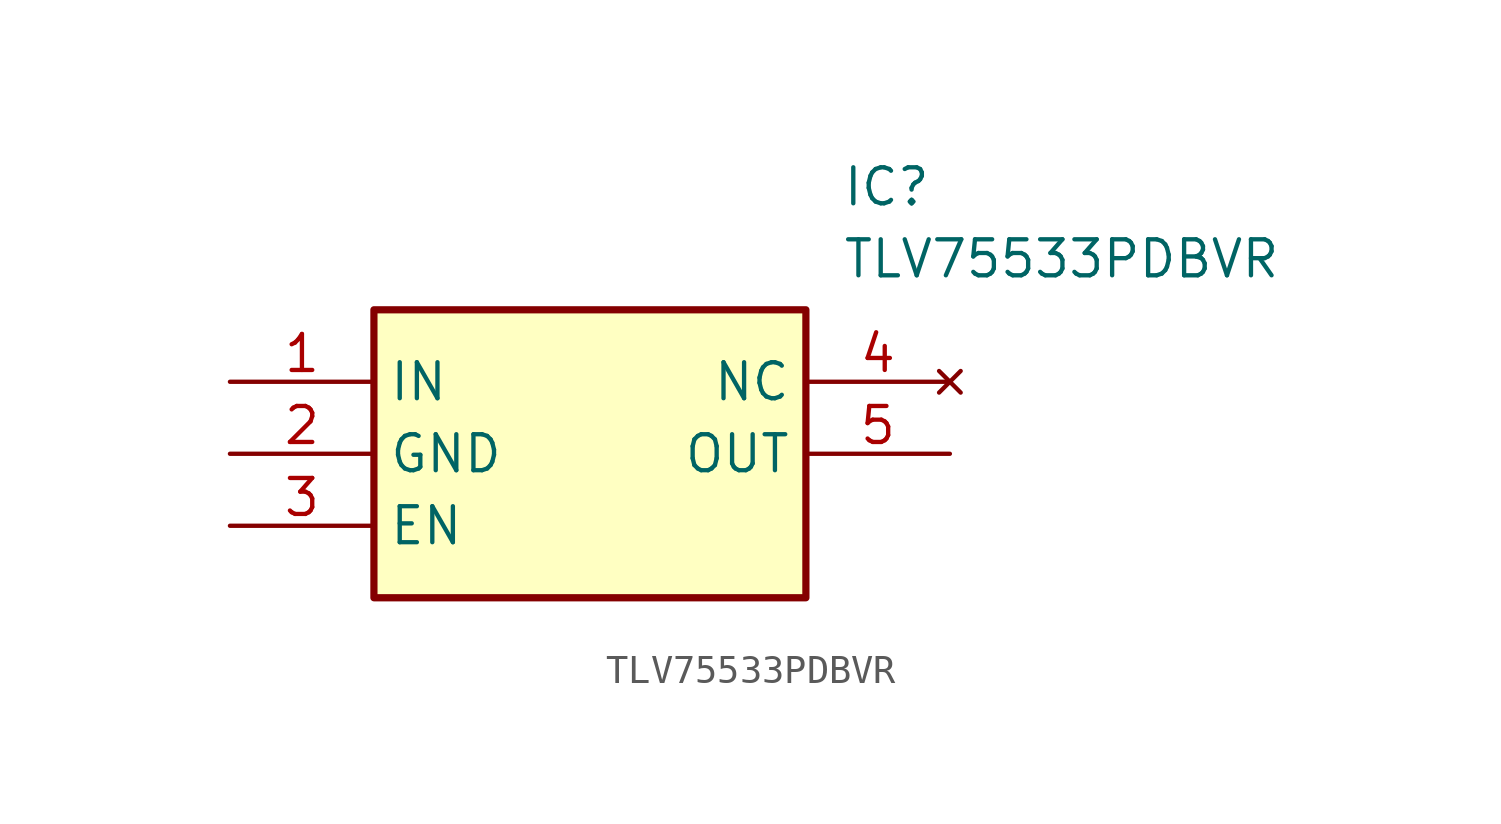
<source format=kicad_sym>
(kicad_symbol_lib
  (version 20211014)
  (generator SamacSys_ECAD_Model)
  (symbol "TLV75533PDBVR"
    (property "Reference" "IC"
      (at 21.59 7.62 0)
      (effects (font (size 1.27 1.27)) (justify left top)))
    (property "Value" "TLV75533PDBVR"
      (at 21.59 5.08 0)
      (effects (font (size 1.27 1.27)) (justify left top)))
    (rectangle
      (start 5.08 2.54)
      (end 20.32 -7.62)
      (stroke (width 0.254) (type default))
      (fill (type background)))
    (pin passive line
      (at 0 0 0)
      (length 5.08)
      (name "IN" (effects (font (size 1.27 1.27))))
      (number "1" (effects (font (size 1.27 1.27)))))
    (pin passive line
      (at 0 -2.54 0)
      (length 5.08)
      (name "GND" (effects (font (size 1.27 1.27))))
      (number "2" (effects (font (size 1.27 1.27)))))
    (pin passive line
      (at 0 -5.08 0)
      (length 5.08)
      (name "EN" (effects (font (size 1.27 1.27))))
      (number "3" (effects (font (size 1.27 1.27)))))
    (pin no_connect line
      (at 25.4 0 180)
      (length 5.08)
      (name "NC" (effects (font (size 1.27 1.27))))
      (number "4" (effects (font (size 1.27 1.27)))))
    (pin passive line
      (at 25.4 -2.54 180)
      (length 5.08)
      (name "OUT" (effects (font (size 1.27 1.27))))
      (number "5" (effects (font (size 1.27 1.27)))))))
</source>
